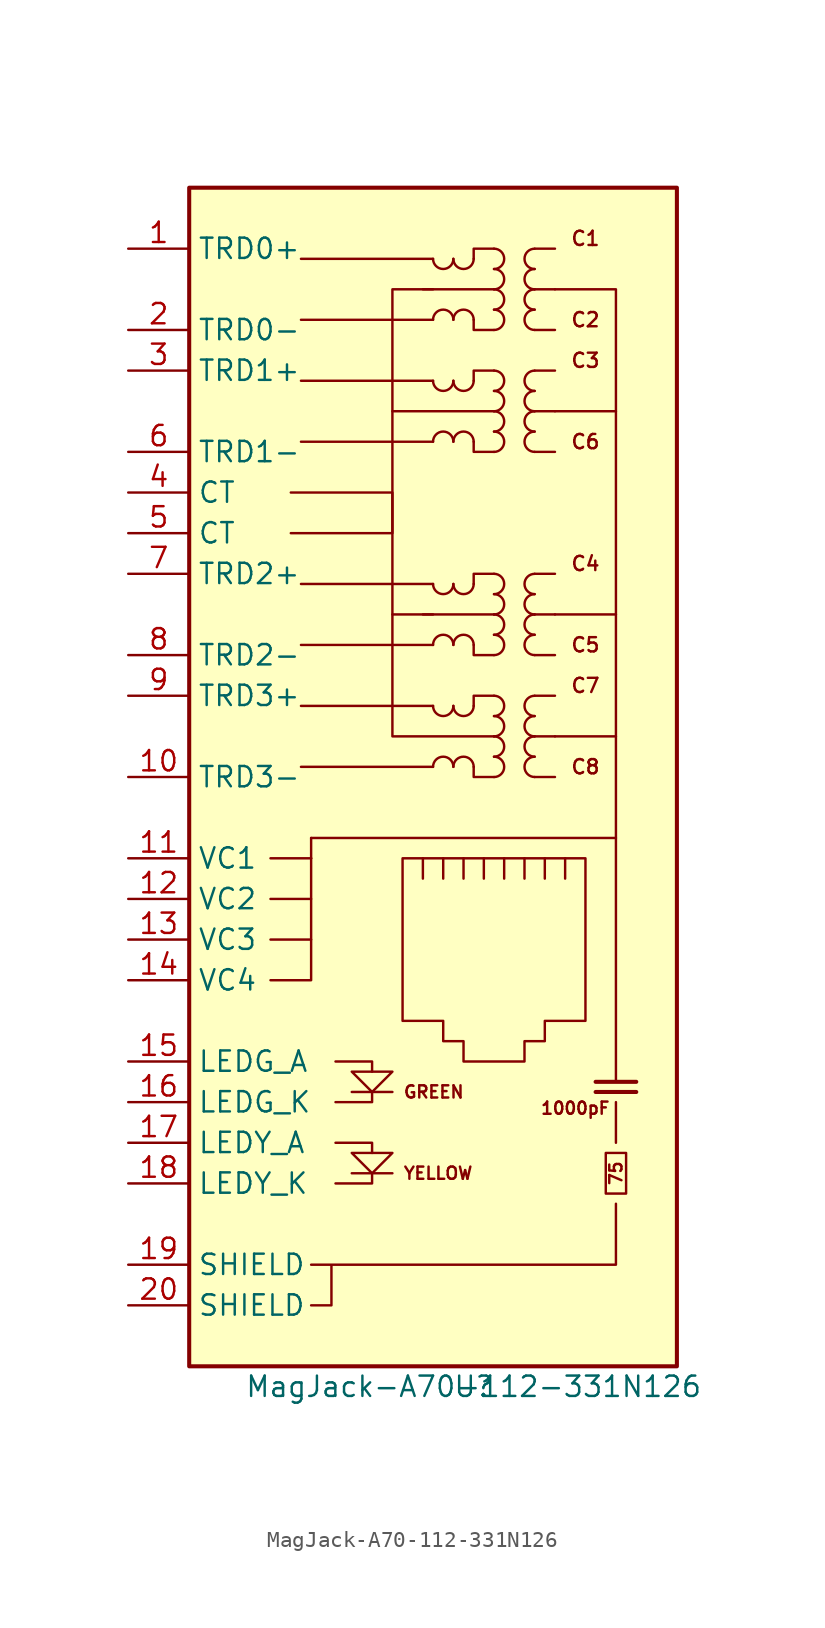
<source format=kicad_sym>
(kicad_symbol_lib
  (version 20201005)
  (generator kicad_symbol_editor)
  (symbol "cm4crypto:MagJack-A70-112-331N126"
    (property "Reference" "U"
      (at 0 0 0)
      (effects (font (size 1.27 1.27))))
    (property "Value" "MagJack-A70-112-331N126"
      (at 0 0 0)
      (effects (font (size 1.27 1.27))))
    (symbol "MagJack-A70-112-331N126_0_1"
      (polyline (pts (xy 1.27 40.64) (xy -5.08 40.64) (xy -5.08 48.26) (xy -2.54 48.26) (xy -5.08 48.26)) (stroke (width 0)) (fill (type none)))
      (polyline (pts (xy 1.27 60.96) (xy -5.08 60.96) (xy -5.08 68.58) (xy -2.54 68.58) (xy -5.08 68.58)) (stroke (width 0)) (fill (type none))))
    (symbol "MagJack-A70-112-331N126_1_1"
      (arc (start -1.27 38.735) (end -2.54 38.735) (radius (at -1.905 38.735) (length 0.635) (angles 0.1 179.9)) (stroke (width 0)) (fill (type none)))
      (arc (start -2.54 42.545) (end -1.27 42.545) (radius (at -1.905 42.545) (length 0.635) (angles -179.9 -0.1)) (stroke (width 0)) (fill (type none)))
      (arc (start -1.27 46.355) (end -2.54 46.355) (radius (at -1.905 46.355) (length 0.635) (angles 0.1 179.9)) (stroke (width 0)) (fill (type none)))
      (arc (start -2.54 50.165) (end -1.27 50.165) (radius (at -1.905 50.165) (length 0.635) (angles -179.9 -0.1)) (stroke (width 0)) (fill (type none)))
      (arc (start -1.27 59.055) (end -2.54 59.055) (radius (at -1.905 59.055) (length 0.635) (angles 0.1 179.9)) (stroke (width 0)) (fill (type none)))
      (arc (start -2.54 62.865) (end -1.27 62.865) (radius (at -1.905 62.865) (length 0.635) (angles -179.9 -0.1)) (stroke (width 0)) (fill (type none)))
      (arc (start -1.27 66.675) (end -2.54 66.675) (radius (at -1.905 66.675) (length 0.635) (angles 0.1 179.9)) (stroke (width 0)) (fill (type none)))
      (arc (start -2.54 70.485) (end -1.27 70.485) (radius (at -1.905 70.485) (length 0.635) (angles -179.9 -0.1)) (stroke (width 0)) (fill (type none)))
      (arc (start 0 38.735) (end -1.27 38.735) (radius (at -0.635 38.735) (length 0.635) (angles 0.1 179.9)) (stroke (width 0)) (fill (type none)))
      (arc (start -1.27 42.545) (end 0 42.545) (radius (at -0.635 42.545) (length 0.635) (angles -179.9 -0.1)) (stroke (width 0)) (fill (type none)))
      (arc (start 0 46.355) (end -1.27 46.355) (radius (at -0.635 46.355) (length 0.635) (angles 0.1 179.9)) (stroke (width 0)) (fill (type none)))
      (arc (start -1.27 50.165) (end 0 50.165) (radius (at -0.635 50.165) (length 0.635) (angles -179.9 -0.1)) (stroke (width 0)) (fill (type none)))
      (arc (start 0 59.055) (end -1.27 59.055) (radius (at -0.635 59.055) (length 0.635) (angles 0.1 179.9)) (stroke (width 0)) (fill (type none)))
      (arc (start -1.27 62.865) (end 0 62.865) (radius (at -0.635 62.865) (length 0.635) (angles -179.9 -0.1)) (stroke (width 0)) (fill (type none)))
      (arc (start 0 66.675) (end -1.27 66.675) (radius (at -0.635 66.675) (length 0.635) (angles 0.1 179.9)) (stroke (width 0)) (fill (type none)))
      (arc (start -1.27 70.485) (end 0 70.485) (radius (at -0.635 70.485) (length 0.635) (angles -179.9 -0.1)) (stroke (width 0)) (fill (type none)))
      (arc (start 1.27 38.1) (end 1.27 39.37) (radius (at 1.27 38.735) (length 0.635) (angles -89.9 89.9)) (stroke (width 0)) (fill (type none)))
      (arc (start 1.27 39.37) (end 1.27 40.64) (radius (at 1.27 40.005) (length 0.635) (angles -89.9 89.9)) (stroke (width 0)) (fill (type none)))
      (arc (start 1.27 40.64) (end 1.27 41.91) (radius (at 1.27 41.275) (length 0.635) (angles -89.9 89.9)) (stroke (width 0)) (fill (type none)))
      (arc (start 1.27 41.91) (end 1.27 43.18) (radius (at 1.27 42.545) (length 0.635) (angles -89.9 89.9)) (stroke (width 0)) (fill (type none)))
      (arc (start 1.27 45.72) (end 1.27 46.99) (radius (at 1.27 46.355) (length 0.635) (angles -89.9 89.9)) (stroke (width 0)) (fill (type none)))
      (arc (start 1.27 46.99) (end 1.27 48.26) (radius (at 1.27 47.625) (length 0.635) (angles -89.9 89.9)) (stroke (width 0)) (fill (type none)))
      (arc (start 1.27 48.26) (end 1.27 49.53) (radius (at 1.27 48.895) (length 0.635) (angles -89.9 89.9)) (stroke (width 0)) (fill (type none)))
      (arc (start 1.27 49.53) (end 1.27 50.8) (radius (at 1.27 50.165) (length 0.635) (angles -89.9 89.9)) (stroke (width 0)) (fill (type none)))
      (arc (start 1.27 58.42) (end 1.27 59.69) (radius (at 1.27 59.055) (length 0.635) (angles -89.9 89.9)) (stroke (width 0)) (fill (type none)))
      (arc (start 1.27 59.69) (end 1.27 60.96) (radius (at 1.27 60.325) (length 0.635) (angles -89.9 89.9)) (stroke (width 0)) (fill (type none)))
      (arc (start 1.27 60.96) (end 1.27 62.23) (radius (at 1.27 61.595) (length 0.635) (angles -89.9 89.9)) (stroke (width 0)) (fill (type none)))
      (arc (start 1.27 62.23) (end 1.27 63.5) (radius (at 1.27 62.865) (length 0.635) (angles -89.9 89.9)) (stroke (width 0)) (fill (type none)))
      (arc (start 1.27 66.04) (end 1.27 67.31) (radius (at 1.27 66.675) (length 0.635) (angles -89.9 89.9)) (stroke (width 0)) (fill (type none)))
      (arc (start 1.27 67.31) (end 1.27 68.58) (radius (at 1.27 67.945) (length 0.635) (angles -89.9 89.9)) (stroke (width 0)) (fill (type none)))
      (arc (start 1.27 68.58) (end 1.27 69.85) (radius (at 1.27 69.215) (length 0.635) (angles -89.9 89.9)) (stroke (width 0)) (fill (type none)))
      (arc (start 1.27 69.85) (end 1.27 71.12) (radius (at 1.27 70.485) (length 0.635) (angles -89.9 89.9)) (stroke (width 0)) (fill (type none)))
      (arc (start 3.81 39.37) (end 3.81 38.1) (radius (at 3.81 38.735) (length 0.635) (angles 90.1 -90.1)) (stroke (width 0)) (fill (type none)))
      (arc (start 3.81 40.64) (end 3.81 39.37) (radius (at 3.81 40.005) (length 0.635) (angles 90.1 -90.1)) (stroke (width 0)) (fill (type none)))
      (arc (start 3.81 41.91) (end 3.81 40.64) (radius (at 3.81 41.275) (length 0.635) (angles 90.1 -90.1)) (stroke (width 0)) (fill (type none)))
      (arc (start 3.81 43.18) (end 3.81 41.91) (radius (at 3.81 42.545) (length 0.635) (angles 90.1 -90.1)) (stroke (width 0)) (fill (type none)))
      (arc (start 3.81 46.99) (end 3.81 45.72) (radius (at 3.81 46.355) (length 0.635) (angles 90.1 -90.1)) (stroke (width 0)) (fill (type none)))
      (arc (start 3.81 48.26) (end 3.81 46.99) (radius (at 3.81 47.625) (length 0.635) (angles 90.1 -90.1)) (stroke (width 0)) (fill (type none)))
      (arc (start 3.81 49.53) (end 3.81 48.26) (radius (at 3.81 48.895) (length 0.635) (angles 90.1 -90.1)) (stroke (width 0)) (fill (type none)))
      (arc (start 3.81 50.8) (end 3.81 49.53) (radius (at 3.81 50.165) (length 0.635) (angles 90.1 -90.1)) (stroke (width 0)) (fill (type none)))
      (arc (start 3.81 59.69) (end 3.81 58.42) (radius (at 3.81 59.055) (length 0.635) (angles 90.1 -90.1)) (stroke (width 0)) (fill (type none)))
      (arc (start 3.81 60.96) (end 3.81 59.69) (radius (at 3.81 60.325) (length 0.635) (angles 90.1 -90.1)) (stroke (width 0)) (fill (type none)))
      (arc (start 3.81 62.23) (end 3.81 60.96) (radius (at 3.81 61.595) (length 0.635) (angles 90.1 -90.1)) (stroke (width 0)) (fill (type none)))
      (arc (start 3.81 63.5) (end 3.81 62.23) (radius (at 3.81 62.865) (length 0.635) (angles 90.1 -90.1)) (stroke (width 0)) (fill (type none)))
      (arc (start 3.81 67.31) (end 3.81 66.04) (radius (at 3.81 66.675) (length 0.635) (angles 90.1 -90.1)) (stroke (width 0)) (fill (type none)))
      (arc (start 3.81 68.58) (end 3.81 67.31) (radius (at 3.81 67.945) (length 0.635) (angles 90.1 -90.1)) (stroke (width 0)) (fill (type none)))
      (arc (start 3.81 69.85) (end 3.81 68.58) (radius (at 3.81 69.215) (length 0.635) (angles 90.1 -90.1)) (stroke (width 0)) (fill (type none)))
      (arc (start 3.81 71.12) (end 3.81 69.85) (radius (at 3.81 70.485) (length 0.635) (angles 90.1 -90.1)) (stroke (width 0)) (fill (type none)))
      (text "1000pF" (at 6.35 17.399 0) (effects (font (size 0.762 0.762))))
      (text "75" (at 8.89 13.335 900) (effects (font (size 0.762 0.762))))
      (text "C1" (at 6.985 71.755 0) (effects (font (size 0.889 0.889))))
      (text "C2" (at 6.985 66.675 0) (effects (font (size 0.889 0.889))))
      (text "C3" (at 6.985 64.135 0) (effects (font (size 0.889 0.889))))
      (text "C4" (at 6.985 51.435 0) (effects (font (size 0.889 0.889))))
      (text "C5" (at 6.985 46.355 0) (effects (font (size 0.889 0.889))))
      (text "C6" (at 6.985 59.055 0) (effects (font (size 0.889 0.889))))
      (text "C7" (at 6.985 43.815 0) (effects (font (size 0.889 0.889))))
      (text "C8" (at 6.985 38.735 0) (effects (font (size 0.889 0.889))))
      (text "GREEN" (at -4.445 18.415 0) (effects (font (size 0.762 0.762)) (justify left)))
      (text "YELLOW" (at -4.445 13.335 0) (effects (font (size 0.762 0.762)) (justify left)))
      (rectangle (start 9.525 12.065) (end 8.255 14.605) (stroke (width 0)) (fill (type none)))
      (rectangle (start -17.78 1.27) (end 12.7 74.93) (stroke (width 0.254)) (fill (type background)))
      (polyline (pts (xy -12.7 27.94) (xy -10.16 27.94)) (stroke (width 0)) (fill (type none)))
      (polyline (pts (xy -12.7 30.48) (xy -10.16 30.48)) (stroke (width 0)) (fill (type none)))
      (polyline (pts (xy -12.7 33.02) (xy -10.16 33.02)) (stroke (width 0)) (fill (type none)))
      (polyline (pts (xy -10.16 33.02) (xy -10.16 34.29)) (stroke (width 0)) (fill (type none)))
      (polyline (pts (xy -5.08 13.335) (xy -7.62 13.335)) (stroke (width 0)) (fill (type none)))
      (polyline (pts (xy -5.08 18.415) (xy -7.62 18.415)) (stroke (width 0)) (fill (type none)))
      (polyline (pts (xy -5.08 48.26) (xy -5.08 60.96)) (stroke (width 0)) (fill (type none)))
      (polyline (pts (xy -3.175 31.75) (xy -3.175 33.02)) (stroke (width 0)) (fill (type none)))
      (polyline (pts (xy -3.175 48.26) (xy 1.27 48.26)) (stroke (width 0)) (fill (type none)))
      (polyline (pts (xy -3.175 68.58) (xy 1.27 68.58)) (stroke (width 0)) (fill (type none)))
      (polyline (pts (xy -2.54 38.735) (xy -10.795 38.735)) (stroke (width 0)) (fill (type none)))
      (polyline (pts (xy -2.54 42.545) (xy -10.795 42.545)) (stroke (width 0)) (fill (type none)))
      (polyline (pts (xy -2.54 46.355) (xy -10.795 46.355)) (stroke (width 0)) (fill (type none)))
      (polyline (pts (xy -2.54 50.165) (xy -10.795 50.165)) (stroke (width 0)) (fill (type none)))
      (polyline (pts (xy -2.54 59.055) (xy -10.795 59.055)) (stroke (width 0)) (fill (type none)))
      (polyline (pts (xy -2.54 62.865) (xy -10.795 62.865)) (stroke (width 0)) (fill (type none)))
      (polyline (pts (xy -2.54 66.675) (xy -10.795 66.675)) (stroke (width 0)) (fill (type none)))
      (polyline (pts (xy -2.54 70.485) (xy -10.795 70.485)) (stroke (width 0)) (fill (type none)))
      (polyline (pts (xy -1.905 33.02) (xy -1.905 31.75)) (stroke (width 0)) (fill (type none)))
      (polyline (pts (xy -0.635 33.02) (xy -0.635 31.75)) (stroke (width 0)) (fill (type none)))
      (polyline (pts (xy 0.635 33.02) (xy 0.635 31.75)) (stroke (width 0)) (fill (type none)))
      (polyline (pts (xy 1.905 33.02) (xy 1.905 31.75)) (stroke (width 0)) (fill (type none)))
      (polyline (pts (xy 3.175 33.02) (xy 3.175 31.75)) (stroke (width 0)) (fill (type none)))
      (polyline (pts (xy 3.81 38.1) (xy 5.08 38.1)) (stroke (width 0)) (fill (type none)))
      (polyline (pts (xy 3.81 40.64) (xy 5.08 40.64)) (stroke (width 0)) (fill (type none)))
      (polyline (pts (xy 3.81 43.18) (xy 5.08 43.18)) (stroke (width 0)) (fill (type none)))
      (polyline (pts (xy 3.81 45.72) (xy 5.08 45.72)) (stroke (width 0)) (fill (type none)))
      (polyline (pts (xy 3.81 48.26) (xy 5.08 48.26)) (stroke (width 0)) (fill (type none)))
      (polyline (pts (xy 3.81 50.8) (xy 5.08 50.8)) (stroke (width 0)) (fill (type none)))
      (polyline (pts (xy 3.81 58.42) (xy 5.08 58.42)) (stroke (width 0)) (fill (type none)))
      (polyline (pts (xy 3.81 60.96) (xy 5.08 60.96)) (stroke (width 0)) (fill (type none)))
      (polyline (pts (xy 3.81 63.5) (xy 5.08 63.5)) (stroke (width 0)) (fill (type none)))
      (polyline (pts (xy 3.81 66.04) (xy 5.08 66.04)) (stroke (width 0)) (fill (type none)))
      (polyline (pts (xy 3.81 68.58) (xy 5.08 68.58)) (stroke (width 0)) (fill (type none)))
      (polyline (pts (xy 3.81 71.12) (xy 5.08 71.12)) (stroke (width 0)) (fill (type none)))
      (polyline (pts (xy 4.445 31.75) (xy 4.445 33.02)) (stroke (width 0)) (fill (type none)))
      (polyline (pts (xy 5.08 40.64) (xy 8.89 40.64)) (stroke (width 0)) (fill (type none)))
      (polyline (pts (xy 5.08 48.26) (xy 8.89 48.26)) (stroke (width 0)) (fill (type none)))
      (polyline (pts (xy 5.08 60.96) (xy 8.89 60.96)) (stroke (width 0)) (fill (type none)))
      (polyline (pts (xy 5.715 31.75) (xy 5.715 33.02)) (stroke (width 0)) (fill (type none)))
      (polyline (pts (xy 7.62 18.415) (xy 10.16 18.415)) (stroke (width 0.254)) (fill (type none)))
      (polyline (pts (xy 7.62 19.05) (xy 10.16 19.05)) (stroke (width 0.254)) (fill (type none)))
      (polyline (pts (xy 8.89 15.24) (xy 8.89 17.78)) (stroke (width 0)) (fill (type none)))
      (polyline (pts (xy 8.89 19.05) (xy 8.89 34.29)) (stroke (width 0)) (fill (type none)))
      (polyline (pts (xy -10.16 33.02) (xy -10.16 25.4) (xy -12.7 25.4)) (stroke (width 0)) (fill (type none)))
      (polyline (pts (xy -8.636 12.7) (xy -6.35 12.7) (xy -6.35 13.335)) (stroke (width 0)) (fill (type none)))
      (polyline (pts (xy -8.636 15.24) (xy -6.35 15.24) (xy -6.35 14.605)) (stroke (width 0)) (fill (type none)))
      (polyline (pts (xy -8.636 20.32) (xy -6.35 20.32) (xy -6.35 19.685)) (stroke (width 0)) (fill (type none)))
      (polyline (pts (xy -6.35 18.415) (xy -6.35 17.78) (xy -8.636 17.78)) (stroke (width 0)) (fill (type none)))
      (polyline (pts (xy 0 38.735) (xy 0 38.1) (xy 1.27 38.1)) (stroke (width 0)) (fill (type none)))
      (polyline (pts (xy 0 46.355) (xy 0 45.72) (xy 1.27 45.72)) (stroke (width 0)) (fill (type none)))
      (polyline (pts (xy 0 59.055) (xy 0 58.42) (xy 1.27 58.42)) (stroke (width 0)) (fill (type none)))
      (polyline (pts (xy 0 66.675) (xy 0 66.04) (xy 1.27 66.04)) (stroke (width 0)) (fill (type none)))
      (polyline (pts (xy 1.27 43.18) (xy 0 43.18) (xy 0 42.545)) (stroke (width 0)) (fill (type none)))
      (polyline (pts (xy 1.27 50.8) (xy 0 50.8) (xy 0 50.165)) (stroke (width 0)) (fill (type none)))
      (polyline (pts (xy 1.27 63.5) (xy 0 63.5) (xy 0 62.865)) (stroke (width 0)) (fill (type none)))
      (polyline (pts (xy 1.27 71.12) (xy 0 71.12) (xy 0 70.485)) (stroke (width 0)) (fill (type none)))
      (polyline (pts (xy -11.43 53.34) (xy -5.08 53.34) (xy -5.08 55.88) (xy -11.43 55.88)) (stroke (width 0)) (fill (type none)))
      (polyline (pts (xy -10.16 34.29) (xy 8.89 34.29) (xy 8.89 68.58) (xy 5.08 68.58)) (stroke (width 0)) (fill (type none)))
      (polyline (pts (xy -7.62 19.685) (xy -5.08 19.685) (xy -6.35 18.415) (xy -7.62 19.685)) (stroke (width 0)) (fill (type none)))
      (polyline (pts (xy -5.08 14.605) (xy -7.62 14.605) (xy -6.35 13.335) (xy -5.08 14.605)) (stroke (width 0)) (fill (type none)))
      (polyline (pts (xy -10.16 5.08) (xy -8.89 5.08) (xy -8.89 7.62) (xy -10.16 7.62) (xy -8.89 7.62) (xy 8.89 7.62) (xy 8.89 11.43)) (stroke (width 0)) (fill (type none)))
      (polyline (pts (xy -4.445 33.02) (xy 6.985 33.02) (xy 6.985 22.86) (xy 4.445 22.86) (xy 4.445 21.59) (xy 3.175 21.59) (xy 3.175 20.32) (xy -0.635 20.32) (xy -0.635 21.59) (xy -1.905 21.59) (xy -1.905 22.86) (xy -4.445 22.86) (xy -4.445 33.02)) (stroke (width 0)) (fill (type none)))
      (pin passive line (at -21.59 71.12 0) (length 3.81) (name "TRD0+" (effects (font (size 1.27 1.27)))) (number "1" (effects (font (size 1.27 1.27)))))
      (pin passive line (at -21.59 38.1 0) (length 3.81) (name "TRD3-" (effects (font (size 1.27 1.27)))) (number "10" (effects (font (size 1.27 1.27)))))
      (pin passive line (at -21.59 33.02 0) (length 3.81) (name "VC1" (effects (font (size 1.27 1.27)))) (number "11" (effects (font (size 1.27 1.27)))))
      (pin passive line (at -21.59 30.48 0) (length 3.81) (name "VC2" (effects (font (size 1.27 1.27)))) (number "12" (effects (font (size 1.27 1.27)))))
      (pin passive line (at -21.59 27.94 0) (length 3.81) (name "VC3" (effects (font (size 1.27 1.27)))) (number "13" (effects (font (size 1.27 1.27)))))
      (pin passive line (at -21.59 25.4 0) (length 3.81) (name "VC4" (effects (font (size 1.27 1.27)))) (number "14" (effects (font (size 1.27 1.27)))))
      (pin passive line (at -21.59 20.32 0) (length 3.81) (name "LEDG_A" (effects (font (size 1.27 1.27)))) (number "15" (effects (font (size 1.27 1.27)))))
      (pin passive line (at -21.59 17.78 0) (length 3.81) (name "LEDG_K" (effects (font (size 1.27 1.27)))) (number "16" (effects (font (size 1.27 1.27)))))
      (pin passive line (at -21.59 15.24 0) (length 3.81) (name "LEDY_A" (effects (font (size 1.27 1.27)))) (number "17" (effects (font (size 1.27 1.27)))))
      (pin passive line (at -21.59 12.7 0) (length 3.81) (name "LEDY_K" (effects (font (size 1.27 1.27)))) (number "18" (effects (font (size 1.27 1.27)))))
      (pin passive line (at -21.59 7.62 0) (length 3.81) (name "SHIELD" (effects (font (size 1.27 1.27)))) (number "19" (effects (font (size 1.27 1.27)))))
      (pin passive line (at -21.59 66.04 0) (length 3.81) (name "TRD0-" (effects (font (size 1.27 1.27)))) (number "2" (effects (font (size 1.27 1.27)))))
      (pin passive line (at -21.59 5.08 0) (length 3.81) (name "SHIELD" (effects (font (size 1.27 1.27)))) (number "20" (effects (font (size 1.27 1.27)))))
      (pin passive line (at -21.59 63.5 0) (length 3.81) (name "TRD1+" (effects (font (size 1.27 1.27)))) (number "3" (effects (font (size 1.27 1.27)))))
      (pin passive line (at -21.59 55.88 0) (length 3.81) (name "CT" (effects (font (size 1.27 1.27)))) (number "4" (effects (font (size 1.27 1.27)))))
      (pin passive line (at -21.59 53.34 0) (length 3.81) (name "CT" (effects (font (size 1.27 1.27)))) (number "5" (effects (font (size 1.27 1.27)))))
      (pin passive line (at -21.59 58.42 0) (length 3.81) (name "TRD1-" (effects (font (size 1.27 1.27)))) (number "6" (effects (font (size 1.27 1.27)))))
      (pin passive line (at -21.59 50.8 0) (length 3.81) (name "TRD2+" (effects (font (size 1.27 1.27)))) (number "7" (effects (font (size 1.27 1.27)))))
      (pin passive line (at -21.59 45.72 0) (length 3.81) (name "TRD2-" (effects (font (size 1.27 1.27)))) (number "8" (effects (font (size 1.27 1.27)))))
      (pin passive line (at -21.59 43.18 0) (length 3.81) (name "TRD3+" (effects (font (size 1.27 1.27)))) (number "9" (effects (font (size 1.27 1.27))))))))
</source>
